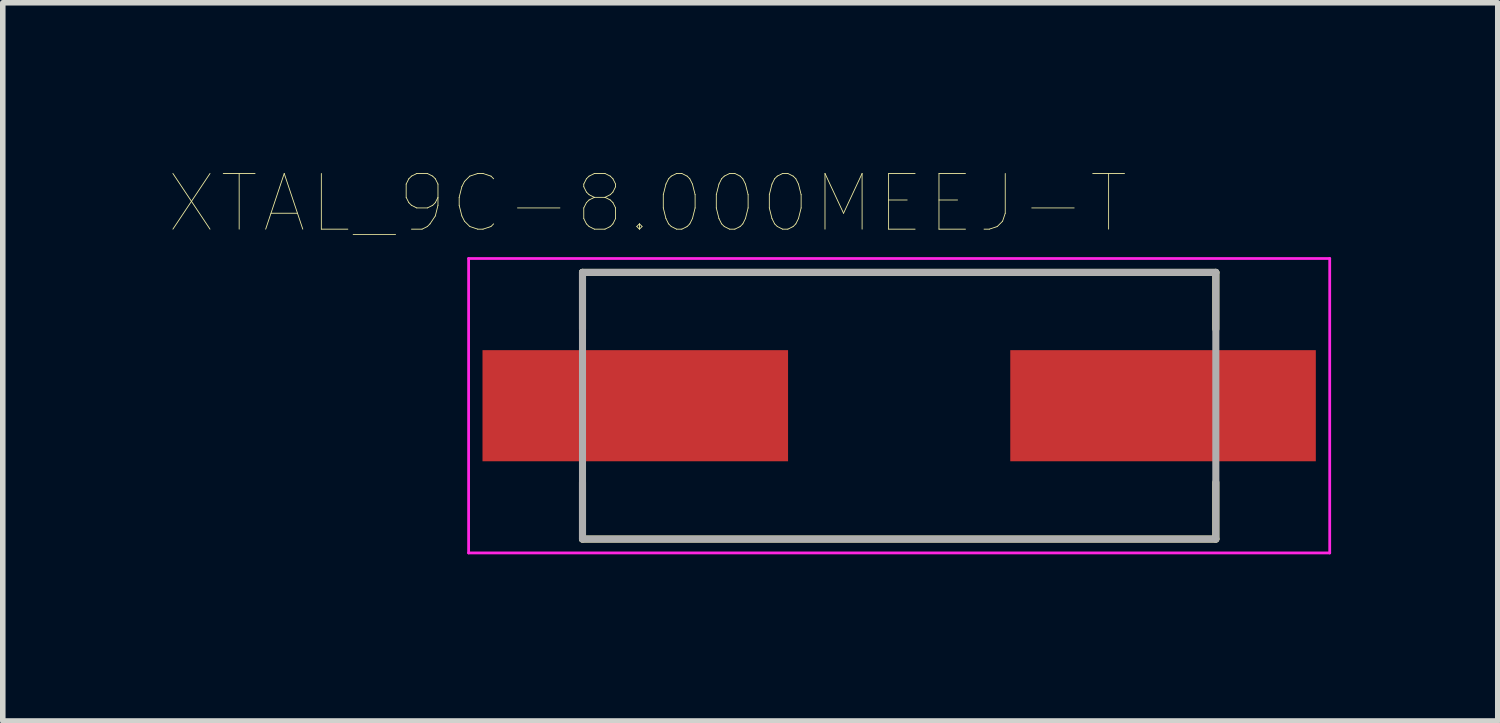
<source format=kicad_pcb>
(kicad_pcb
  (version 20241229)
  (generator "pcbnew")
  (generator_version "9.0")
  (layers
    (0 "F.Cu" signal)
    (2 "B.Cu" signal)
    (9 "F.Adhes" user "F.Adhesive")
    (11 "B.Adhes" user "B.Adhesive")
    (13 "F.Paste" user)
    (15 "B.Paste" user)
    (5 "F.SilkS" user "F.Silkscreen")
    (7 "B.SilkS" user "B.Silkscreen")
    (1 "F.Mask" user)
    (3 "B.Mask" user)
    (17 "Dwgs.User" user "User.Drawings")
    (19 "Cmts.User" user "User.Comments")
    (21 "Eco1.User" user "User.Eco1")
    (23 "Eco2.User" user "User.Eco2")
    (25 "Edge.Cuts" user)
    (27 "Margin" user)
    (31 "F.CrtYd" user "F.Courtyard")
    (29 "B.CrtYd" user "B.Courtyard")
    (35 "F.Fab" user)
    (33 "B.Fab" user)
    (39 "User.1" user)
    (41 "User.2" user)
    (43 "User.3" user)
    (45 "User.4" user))
  (footprint "XTAL_9C-8.000MEEJ-T"
    (layer "F.Cu")
    (at 13.135 4.253)
    (property "Reference" "XTAL_9C-8.000MEEJ-T" (at -4.532 -3.641 0) (layer "F.SilkS") (effects (font (size 1.002 1.002) (thickness 0.015))))
    (attr through_hole)
    (fp_line (start -5.7 -2.4) (end 5.7 -2.4) (stroke (width 0.127) (type solid)) (layer "F.SilkS"))
    (fp_line (start -5.7 -1.38) (end -5.7 -2.4) (stroke (width 0.127) (type solid)) (layer "F.SilkS"))
    (fp_line (start -5.7 2.4) (end -5.7 1.38) (stroke (width 0.127) (type solid)) (layer "F.SilkS"))
    (fp_line (start 5.7 -2.4) (end 5.7 -1.38) (stroke (width 0.127) (type solid)) (layer "F.SilkS"))
    (fp_line (start 5.7 1.38) (end 5.7 2.4) (stroke (width 0.127) (type solid)) (layer "F.SilkS"))
    (fp_line (start 5.7 2.4) (end -5.7 2.4) (stroke (width 0.127) (type solid)) (layer "F.SilkS"))
    (fp_line (start -7.75 -2.65) (end 7.75 -2.65) (stroke (width 0.05) (type solid)) (layer "F.CrtYd"))
    (fp_line (start -7.75 2.65) (end -7.75 -2.65) (stroke (width 0.05) (type solid)) (layer "F.CrtYd"))
    (fp_line (start 7.75 -2.65) (end 7.75 2.65) (stroke (width 0.05) (type solid)) (layer "F.CrtYd"))
    (fp_line (start 7.75 2.65) (end -7.75 2.65) (stroke (width 0.05) (type solid)) (layer "F.CrtYd"))
    (fp_line (start -5.7 -2.4) (end 5.7 -2.4) (stroke (width 0.127) (type solid)) (layer "F.Fab"))
    (fp_line (start -5.7 2.4) (end -5.7 -2.4) (stroke (width 0.127) (type solid)) (layer "F.Fab"))
    (fp_line (start 5.7 -2.4) (end 5.7 2.4) (stroke (width 0.127) (type solid)) (layer "F.Fab"))
    (fp_line (start 5.7 2.4) (end -5.7 2.4) (stroke (width 0.127) (type solid)) (layer "F.Fab"))
    (pad "1" smd rect (at -4.75 0) (size 5.5 2) (layers "F.Cu" "F.Mask" "F.Paste"))
    (pad "2" smd rect (at 4.75 0) (size 5.5 2) (layers "F.Cu" "F.Mask" "F.Paste")))
  (gr_rect
    (start -3 -3)
    (end 23.91 9.928)
    (stroke (width 0.1) (type default))
    (fill no)
    (layer "Edge.Cuts")))
</source>
